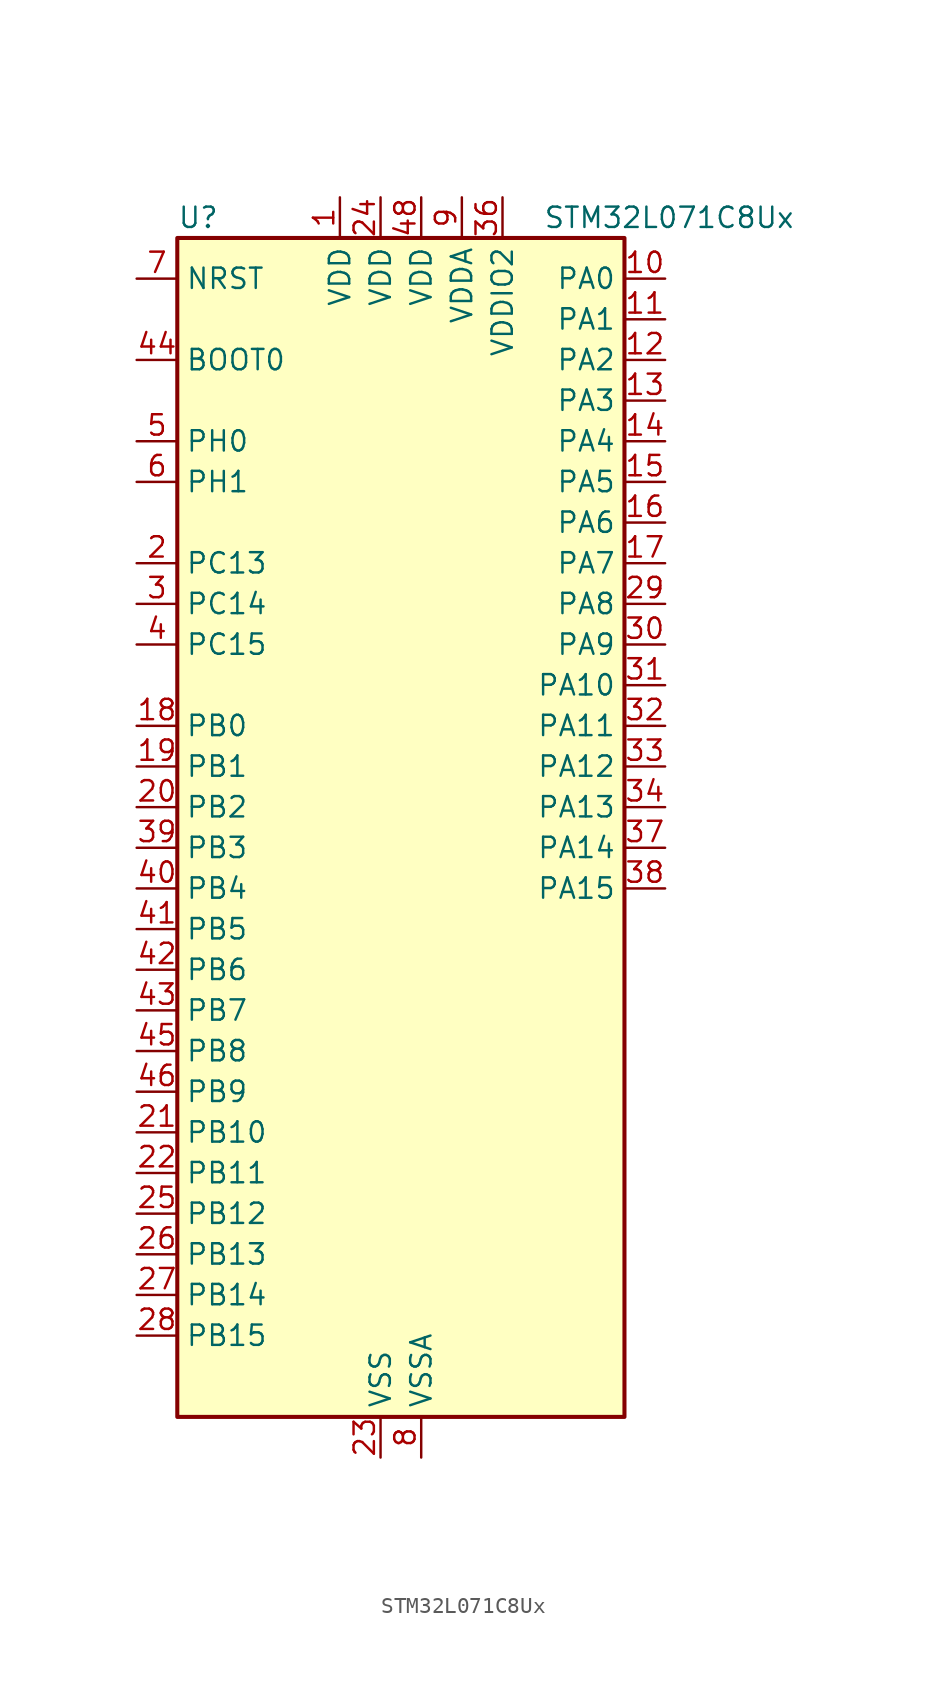
<source format=kicad_sym>
(kicad_symbol_lib
  (version 20220914)
  (generator kicad_symbol_editor)
  (symbol "STM32L071C8Ux"
    (property "Reference" "U"
      (at -12.7 39.37 0)
      (effects (font (size 1.27 1.27)) (justify left)))
    (property "Value" "STM32L071C8Ux"
      (at 10.16 39.37 0)
      (effects (font (size 1.27 1.27)) (justify left)))
    (property "ki_locked" ""
      (at 0 0 0)
      (effects (font (size 1.27 1.27))))
    (symbol "STM32L071C8Ux_0_1"
      (rectangle (start -12.7 -35.56) (end 15.24 38.1) (stroke (width 0.254) (type default)) (fill (type background))))
    (symbol "STM32L071C8Ux_1_1"
      (pin power_in line (at -2.54 40.64 270) (length 2.54) (name "VDD" (effects (font (size 1.27 1.27)))) (number "1" (effects (font (size 1.27 1.27)))))
      (pin bidirectional line (at 17.78 35.56 180) (length 2.54) (name "PA0" (effects (font (size 1.27 1.27)))) (number "10" (effects (font (size 1.27 1.27)))) (alternate "ADC_IN0" bidirectional line) (alternate "COMP1_INM" bidirectional line) (alternate "COMP1_OUT" bidirectional line) (alternate "RTC_TAMP2" bidirectional line) (alternate "SYS_WKUP1" bidirectional line) (alternate "TIM2_CH1" bidirectional line) (alternate "TIM2_ETR" bidirectional line) (alternate "USART2_CTS" bidirectional line) (alternate "USART4_TX" bidirectional line))
      (pin bidirectional line (at 17.78 33.02 180) (length 2.54) (name "PA1" (effects (font (size 1.27 1.27)))) (number "11" (effects (font (size 1.27 1.27)))) (alternate "ADC_IN1" bidirectional line) (alternate "COMP1_INP" bidirectional line) (alternate "TIM21_ETR" bidirectional line) (alternate "TIM2_CH2" bidirectional line) (alternate "USART2_DE" bidirectional line) (alternate "USART2_RTS" bidirectional line) (alternate "USART4_RX" bidirectional line))
      (pin bidirectional line (at 17.78 30.48 180) (length 2.54) (name "PA2" (effects (font (size 1.27 1.27)))) (number "12" (effects (font (size 1.27 1.27)))) (alternate "ADC_IN2" bidirectional line) (alternate "COMP2_INM" bidirectional line) (alternate "COMP2_OUT" bidirectional line) (alternate "LPUART1_TX" bidirectional line) (alternate "TIM21_CH1" bidirectional line) (alternate "TIM2_CH3" bidirectional line) (alternate "USART2_TX" bidirectional line))
      (pin bidirectional line (at 17.78 27.94 180) (length 2.54) (name "PA3" (effects (font (size 1.27 1.27)))) (number "13" (effects (font (size 1.27 1.27)))) (alternate "ADC_IN3" bidirectional line) (alternate "COMP2_INP" bidirectional line) (alternate "LPUART1_RX" bidirectional line) (alternate "TIM21_CH2" bidirectional line) (alternate "TIM2_CH4" bidirectional line) (alternate "USART2_RX" bidirectional line))
      (pin bidirectional line (at 17.78 25.4 180) (length 2.54) (name "PA4" (effects (font (size 1.27 1.27)))) (number "14" (effects (font (size 1.27 1.27)))) (alternate "ADC_IN4" bidirectional line) (alternate "COMP1_INM" bidirectional line) (alternate "COMP2_INM" bidirectional line) (alternate "SPI1_NSS" bidirectional line) (alternate "TIM22_ETR" bidirectional line) (alternate "USART2_CK" bidirectional line))
      (pin bidirectional line (at 17.78 22.86 180) (length 2.54) (name "PA5" (effects (font (size 1.27 1.27)))) (number "15" (effects (font (size 1.27 1.27)))) (alternate "ADC_IN5" bidirectional line) (alternate "COMP1_INM" bidirectional line) (alternate "COMP2_INM" bidirectional line) (alternate "SPI1_SCK" bidirectional line) (alternate "TIM2_CH1" bidirectional line) (alternate "TIM2_ETR" bidirectional line))
      (pin bidirectional line (at 17.78 20.32 180) (length 2.54) (name "PA6" (effects (font (size 1.27 1.27)))) (number "16" (effects (font (size 1.27 1.27)))) (alternate "ADC_IN6" bidirectional line) (alternate "COMP1_OUT" bidirectional line) (alternate "LPUART1_CTS" bidirectional line) (alternate "SPI1_MISO" bidirectional line) (alternate "TIM22_CH1" bidirectional line) (alternate "TIM3_CH1" bidirectional line))
      (pin bidirectional line (at 17.78 17.78 180) (length 2.54) (name "PA7" (effects (font (size 1.27 1.27)))) (number "17" (effects (font (size 1.27 1.27)))) (alternate "ADC_IN7" bidirectional line) (alternate "COMP2_OUT" bidirectional line) (alternate "SPI1_MOSI" bidirectional line) (alternate "TIM22_CH2" bidirectional line) (alternate "TIM3_CH2" bidirectional line))
      (pin bidirectional line (at -15.24 7.62 0) (length 2.54) (name "PB0" (effects (font (size 1.27 1.27)))) (number "18" (effects (font (size 1.27 1.27)))) (alternate "ADC_IN8" bidirectional line) (alternate "SYS_VREF_OUT_PB0" bidirectional line) (alternate "TIM3_CH3" bidirectional line))
      (pin bidirectional line (at -15.24 5.08 0) (length 2.54) (name "PB1" (effects (font (size 1.27 1.27)))) (number "19" (effects (font (size 1.27 1.27)))) (alternate "ADC_IN9" bidirectional line) (alternate "LPUART1_DE" bidirectional line) (alternate "LPUART1_RTS" bidirectional line) (alternate "SYS_VREF_OUT_PB1" bidirectional line) (alternate "TIM3_CH4" bidirectional line))
      (pin bidirectional line (at -15.24 17.78 0) (length 2.54) (name "PC13" (effects (font (size 1.27 1.27)))) (number "2" (effects (font (size 1.27 1.27)))) (alternate "RTC_OUT_ALARM" bidirectional line) (alternate "RTC_OUT_CALIB" bidirectional line) (alternate "RTC_TAMP1" bidirectional line) (alternate "RTC_TS" bidirectional line) (alternate "SYS_WKUP2" bidirectional line))
      (pin bidirectional line (at -15.24 2.54 0) (length 2.54) (name "PB2" (effects (font (size 1.27 1.27)))) (number "20" (effects (font (size 1.27 1.27)))) (alternate "I2C3_SMBA" bidirectional line) (alternate "LPTIM1_OUT" bidirectional line))
      (pin bidirectional line (at -15.24 -17.78 0) (length 2.54) (name "PB10" (effects (font (size 1.27 1.27)))) (number "21" (effects (font (size 1.27 1.27)))) (alternate "I2C2_SCL" bidirectional line) (alternate "LPUART1_RX" bidirectional line) (alternate "LPUART1_TX" bidirectional line) (alternate "SPI2_SCK" bidirectional line) (alternate "TIM2_CH3" bidirectional line))
      (pin bidirectional line (at -15.24 -20.32 0) (length 2.54) (name "PB11" (effects (font (size 1.27 1.27)))) (number "22" (effects (font (size 1.27 1.27)))) (alternate "ADC_EXTI11" bidirectional line) (alternate "I2C2_SDA" bidirectional line) (alternate "LPUART1_RX" bidirectional line) (alternate "LPUART1_TX" bidirectional line) (alternate "TIM2_CH4" bidirectional line))
      (pin power_in line (at 0 -38.1 90) (length 2.54) (name "VSS" (effects (font (size 1.27 1.27)))) (number "23" (effects (font (size 1.27 1.27)))))
      (pin power_in line (at 0 40.64 270) (length 2.54) (name "VDD" (effects (font (size 1.27 1.27)))) (number "24" (effects (font (size 1.27 1.27)))))
      (pin bidirectional line (at -15.24 -22.86 0) (length 2.54) (name "PB12" (effects (font (size 1.27 1.27)))) (number "25" (effects (font (size 1.27 1.27)))) (alternate "I2S2_WS" bidirectional line) (alternate "LPUART1_DE" bidirectional line) (alternate "LPUART1_RTS" bidirectional line) (alternate "SPI2_NSS" bidirectional line))
      (pin bidirectional line (at -15.24 -25.4 0) (length 2.54) (name "PB13" (effects (font (size 1.27 1.27)))) (number "26" (effects (font (size 1.27 1.27)))) (alternate "I2C2_SCL" bidirectional line) (alternate "I2S2_CK" bidirectional line) (alternate "LPUART1_CTS" bidirectional line) (alternate "RCC_MCO" bidirectional line) (alternate "SPI2_SCK" bidirectional line) (alternate "TIM21_CH1" bidirectional line))
      (pin bidirectional line (at -15.24 -27.94 0) (length 2.54) (name "PB14" (effects (font (size 1.27 1.27)))) (number "27" (effects (font (size 1.27 1.27)))) (alternate "I2C2_SDA" bidirectional line) (alternate "I2S2_MCK" bidirectional line) (alternate "LPUART1_DE" bidirectional line) (alternate "LPUART1_RTS" bidirectional line) (alternate "RTC_OUT_ALARM" bidirectional line) (alternate "RTC_OUT_CALIB" bidirectional line) (alternate "SPI2_MISO" bidirectional line) (alternate "TIM21_CH2" bidirectional line))
      (pin bidirectional line (at -15.24 -30.48 0) (length 2.54) (name "PB15" (effects (font (size 1.27 1.27)))) (number "28" (effects (font (size 1.27 1.27)))) (alternate "I2S2_SD" bidirectional line) (alternate "RTC_REFIN" bidirectional line) (alternate "SPI2_MOSI" bidirectional line))
      (pin bidirectional line (at 17.78 15.24 180) (length 2.54) (name "PA8" (effects (font (size 1.27 1.27)))) (number "29" (effects (font (size 1.27 1.27)))) (alternate "I2C3_SCL" bidirectional line) (alternate "RCC_MCO" bidirectional line) (alternate "USART1_CK" bidirectional line))
      (pin bidirectional line (at -15.24 15.24 0) (length 2.54) (name "PC14" (effects (font (size 1.27 1.27)))) (number "3" (effects (font (size 1.27 1.27)))) (alternate "RCC_OSC32_IN" bidirectional line))
      (pin bidirectional line (at 17.78 12.7 180) (length 2.54) (name "PA9" (effects (font (size 1.27 1.27)))) (number "30" (effects (font (size 1.27 1.27)))) (alternate "I2C1_SCL" bidirectional line) (alternate "I2C3_SMBA" bidirectional line) (alternate "RCC_MCO" bidirectional line) (alternate "USART1_TX" bidirectional line))
      (pin bidirectional line (at 17.78 10.16 180) (length 2.54) (name "PA10" (effects (font (size 1.27 1.27)))) (number "31" (effects (font (size 1.27 1.27)))) (alternate "I2C1_SDA" bidirectional line) (alternate "USART1_RX" bidirectional line))
      (pin bidirectional line (at 17.78 7.62 180) (length 2.54) (name "PA11" (effects (font (size 1.27 1.27)))) (number "32" (effects (font (size 1.27 1.27)))) (alternate "ADC_EXTI11" bidirectional line) (alternate "COMP1_OUT" bidirectional line) (alternate "SPI1_MISO" bidirectional line) (alternate "USART1_CTS" bidirectional line))
      (pin bidirectional line (at 17.78 5.08 180) (length 2.54) (name "PA12" (effects (font (size 1.27 1.27)))) (number "33" (effects (font (size 1.27 1.27)))) (alternate "COMP2_OUT" bidirectional line) (alternate "SPI1_MOSI" bidirectional line) (alternate "USART1_DE" bidirectional line) (alternate "USART1_RTS" bidirectional line))
      (pin bidirectional line (at 17.78 2.54 180) (length 2.54) (name "PA13" (effects (font (size 1.27 1.27)))) (number "34" (effects (font (size 1.27 1.27)))) (alternate "LPUART1_RX" bidirectional line) (alternate "SYS_SWDIO" bidirectional line))
      (pin passive line (at 0 -38.1 90) (length 2.54) hide (name "VSS" (effects (font (size 1.27 1.27)))) (number "35" (effects (font (size 1.27 1.27)))))
      (pin power_in line (at 7.62 40.64 270) (length 2.54) (name "VDDIO2" (effects (font (size 1.27 1.27)))) (number "36" (effects (font (size 1.27 1.27)))))
      (pin bidirectional line (at 17.78 0 180) (length 2.54) (name "PA14" (effects (font (size 1.27 1.27)))) (number "37" (effects (font (size 1.27 1.27)))) (alternate "LPUART1_TX" bidirectional line) (alternate "SYS_SWCLK" bidirectional line) (alternate "USART2_TX" bidirectional line))
      (pin bidirectional line (at 17.78 -2.54 180) (length 2.54) (name "PA15" (effects (font (size 1.27 1.27)))) (number "38" (effects (font (size 1.27 1.27)))) (alternate "SPI1_NSS" bidirectional line) (alternate "TIM2_CH1" bidirectional line) (alternate "TIM2_ETR" bidirectional line) (alternate "USART2_RX" bidirectional line) (alternate "USART4_DE" bidirectional line) (alternate "USART4_RTS" bidirectional line))
      (pin bidirectional line (at -15.24 0 0) (length 2.54) (name "PB3" (effects (font (size 1.27 1.27)))) (number "39" (effects (font (size 1.27 1.27)))) (alternate "COMP2_INM" bidirectional line) (alternate "SPI1_SCK" bidirectional line) (alternate "TIM2_CH2" bidirectional line) (alternate "USART1_DE" bidirectional line) (alternate "USART1_RTS" bidirectional line) (alternate "USART5_TX" bidirectional line))
      (pin bidirectional line (at -15.24 12.7 0) (length 2.54) (name "PC15" (effects (font (size 1.27 1.27)))) (number "4" (effects (font (size 1.27 1.27)))) (alternate "RCC_OSC32_OUT" bidirectional line))
      (pin bidirectional line (at -15.24 -2.54 0) (length 2.54) (name "PB4" (effects (font (size 1.27 1.27)))) (number "40" (effects (font (size 1.27 1.27)))) (alternate "COMP2_INP" bidirectional line) (alternate "I2C3_SDA" bidirectional line) (alternate "SPI1_MISO" bidirectional line) (alternate "TIM22_CH1" bidirectional line) (alternate "TIM3_CH1" bidirectional line) (alternate "USART1_CTS" bidirectional line) (alternate "USART5_RX" bidirectional line))
      (pin bidirectional line (at -15.24 -5.08 0) (length 2.54) (name "PB5" (effects (font (size 1.27 1.27)))) (number "41" (effects (font (size 1.27 1.27)))) (alternate "COMP2_INP" bidirectional line) (alternate "I2C1_SMBA" bidirectional line) (alternate "LPTIM1_IN1" bidirectional line) (alternate "SPI1_MOSI" bidirectional line) (alternate "TIM22_CH2" bidirectional line) (alternate "TIM3_CH2" bidirectional line) (alternate "USART1_CK" bidirectional line) (alternate "USART5_CK" bidirectional line) (alternate "USART5_DE" bidirectional line) (alternate "USART5_RTS" bidirectional line))
      (pin bidirectional line (at -15.24 -7.62 0) (length 2.54) (name "PB6" (effects (font (size 1.27 1.27)))) (number "42" (effects (font (size 1.27 1.27)))) (alternate "COMP2_INP" bidirectional line) (alternate "I2C1_SCL" bidirectional line) (alternate "LPTIM1_ETR" bidirectional line) (alternate "USART1_TX" bidirectional line))
      (pin bidirectional line (at -15.24 -10.16 0) (length 2.54) (name "PB7" (effects (font (size 1.27 1.27)))) (number "43" (effects (font (size 1.27 1.27)))) (alternate "COMP2_INP" bidirectional line) (alternate "I2C1_SDA" bidirectional line) (alternate "LPTIM1_IN2" bidirectional line) (alternate "SYS_PVD_IN" bidirectional line) (alternate "USART1_RX" bidirectional line) (alternate "USART4_CTS" bidirectional line))
      (pin input line (at -15.24 30.48 0) (length 2.54) (name "BOOT0" (effects (font (size 1.27 1.27)))) (number "44" (effects (font (size 1.27 1.27)))))
      (pin bidirectional line (at -15.24 -12.7 0) (length 2.54) (name "PB8" (effects (font (size 1.27 1.27)))) (number "45" (effects (font (size 1.27 1.27)))) (alternate "I2C1_SCL" bidirectional line))
      (pin bidirectional line (at -15.24 -15.24 0) (length 2.54) (name "PB9" (effects (font (size 1.27 1.27)))) (number "46" (effects (font (size 1.27 1.27)))) (alternate "I2C1_SDA" bidirectional line) (alternate "I2S2_WS" bidirectional line) (alternate "SPI2_NSS" bidirectional line))
      (pin passive line (at 0 -38.1 90) (length 2.54) hide (name "VSS" (effects (font (size 1.27 1.27)))) (number "47" (effects (font (size 1.27 1.27)))))
      (pin power_in line (at 2.54 40.64 270) (length 2.54) (name "VDD" (effects (font (size 1.27 1.27)))) (number "48" (effects (font (size 1.27 1.27)))))
      (pin passive line (at 0 -38.1 90) (length 2.54) hide (name "VSS" (effects (font (size 1.27 1.27)))) (number "49" (effects (font (size 1.27 1.27)))))
      (pin bidirectional line (at -15.24 25.4 0) (length 2.54) (name "PH0" (effects (font (size 1.27 1.27)))) (number "5" (effects (font (size 1.27 1.27)))) (alternate "RCC_OSC_IN" bidirectional line))
      (pin bidirectional line (at -15.24 22.86 0) (length 2.54) (name "PH1" (effects (font (size 1.27 1.27)))) (number "6" (effects (font (size 1.27 1.27)))) (alternate "RCC_OSC_OUT" bidirectional line))
      (pin input line (at -15.24 35.56 0) (length 2.54) (name "NRST" (effects (font (size 1.27 1.27)))) (number "7" (effects (font (size 1.27 1.27)))))
      (pin power_in line (at 2.54 -38.1 90) (length 2.54) (name "VSSA" (effects (font (size 1.27 1.27)))) (number "8" (effects (font (size 1.27 1.27)))))
      (pin power_in line (at 5.08 40.64 270) (length 2.54) (name "VDDA" (effects (font (size 1.27 1.27)))) (number "9" (effects (font (size 1.27 1.27))))))))
</source>
